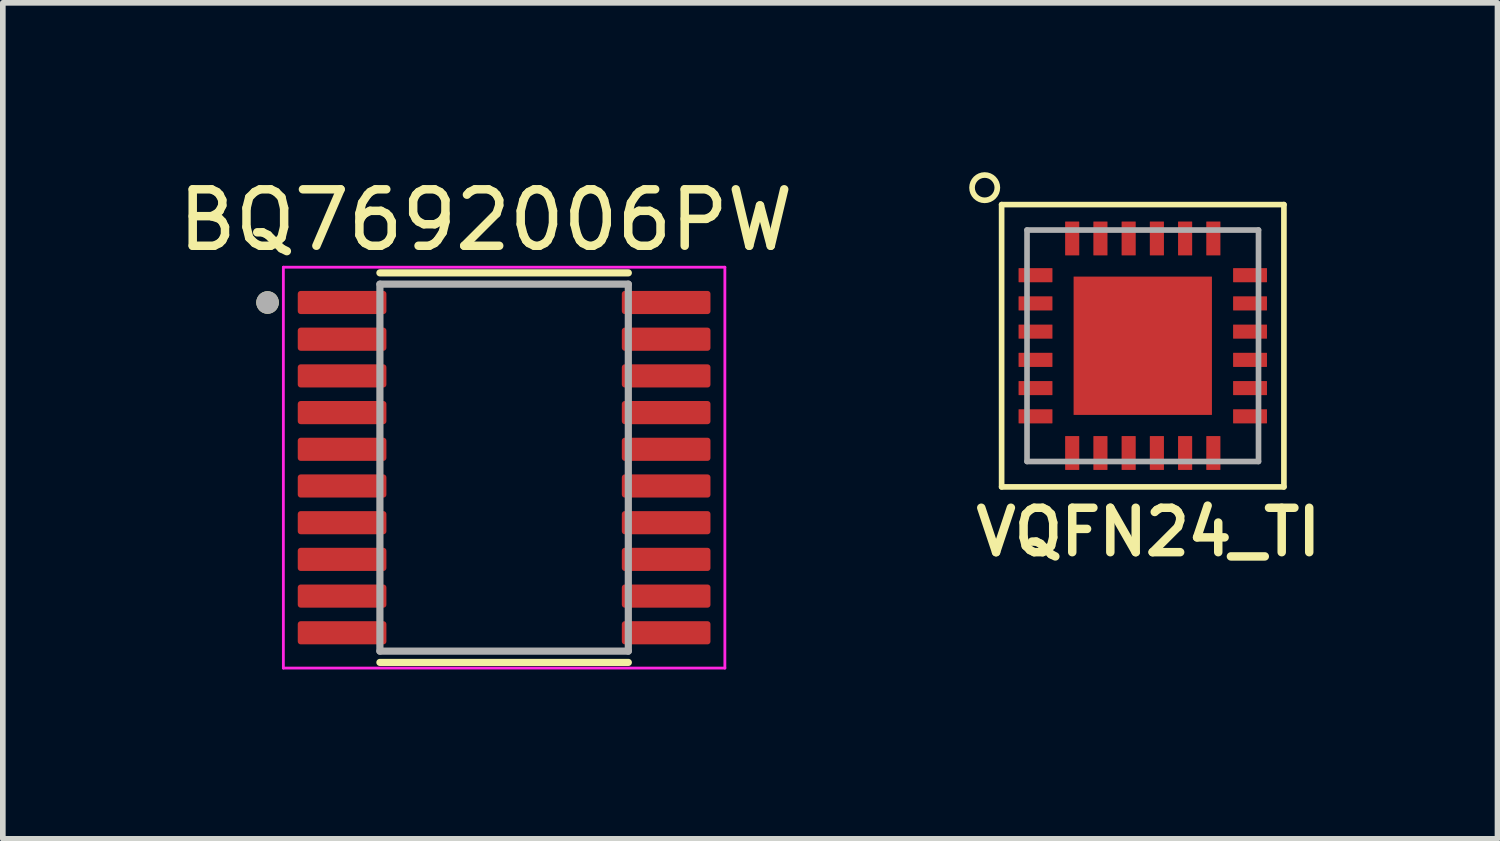
<source format=kicad_pcb>
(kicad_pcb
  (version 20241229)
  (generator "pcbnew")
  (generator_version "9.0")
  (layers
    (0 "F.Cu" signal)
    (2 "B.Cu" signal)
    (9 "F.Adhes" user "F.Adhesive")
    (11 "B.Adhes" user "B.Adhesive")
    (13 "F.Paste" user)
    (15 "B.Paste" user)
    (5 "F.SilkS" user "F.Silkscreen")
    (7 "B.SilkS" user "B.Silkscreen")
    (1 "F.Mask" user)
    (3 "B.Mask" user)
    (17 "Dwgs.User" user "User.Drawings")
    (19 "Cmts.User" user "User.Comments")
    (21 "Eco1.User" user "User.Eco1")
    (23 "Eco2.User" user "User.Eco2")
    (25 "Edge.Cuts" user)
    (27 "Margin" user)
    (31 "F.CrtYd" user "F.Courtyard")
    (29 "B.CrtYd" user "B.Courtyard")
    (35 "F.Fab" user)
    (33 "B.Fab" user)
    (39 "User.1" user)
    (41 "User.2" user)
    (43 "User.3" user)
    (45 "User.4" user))
  (footprint "BQ7692006PW"
    (layer "F.Cu")
    (at 5.879 5.233)
    (property "Reference" "BQ7692006PW" (at -0.325 -4.385 0) (layer "F.SilkS") (effects (font (size 1 1) (thickness 0.15))))
    (attr smd)
    (fp_line (start -2.2 -3.45) (end 2.2 -3.45) (stroke (width 0.127) (type solid)) (layer "F.SilkS"))
    (fp_line (start -2.2 3.45) (end 2.2 3.45) (stroke (width 0.127) (type solid)) (layer "F.SilkS"))
    (fp_circle (center -4.19 -2.925) (end -4.09 -2.925) (stroke (width 0.2) (type solid)) (fill no) (layer "F.SilkS"))
    (fp_line (start -3.91 -3.55) (end -3.91 3.55) (stroke (width 0.05) (type solid)) (layer "F.CrtYd"))
    (fp_line (start -3.91 -3.55) (end 3.91 -3.55) (stroke (width 0.05) (type solid)) (layer "F.CrtYd"))
    (fp_line (start -3.91 3.55) (end 3.91 3.55) (stroke (width 0.05) (type solid)) (layer "F.CrtYd"))
    (fp_line (start 3.91 -3.55) (end 3.91 3.55) (stroke (width 0.05) (type solid)) (layer "F.CrtYd"))
    (fp_line (start -2.2 -3.25) (end -2.2 3.25) (stroke (width 0.127) (type solid)) (layer "F.Fab"))
    (fp_line (start -2.2 -3.25) (end 2.2 -3.25) (stroke (width 0.127) (type solid)) (layer "F.Fab"))
    (fp_line (start -2.2 3.25) (end 2.2 3.25) (stroke (width 0.127) (type solid)) (layer "F.Fab"))
    (fp_line (start 2.2 -3.25) (end 2.2 3.25) (stroke (width 0.127) (type solid)) (layer "F.Fab"))
    (fp_circle (center -4.19 -2.925) (end -4.09 -2.925) (stroke (width 0.2) (type solid)) (fill no) (layer "F.Fab"))
    (pad "1" smd roundrect (at -2.87 -2.925) (size 1.57 0.41) (layers "F.Cu" "F.Mask" "F.Paste") (roundrect_rratio 0.125))
    (pad "2" smd roundrect (at -2.87 -2.275) (size 1.57 0.41) (layers "F.Cu" "F.Mask" "F.Paste") (roundrect_rratio 0.125))
    (pad "3" smd roundrect (at -2.87 -1.625) (size 1.57 0.41) (layers "F.Cu" "F.Mask" "F.Paste") (roundrect_rratio 0.125))
    (pad "4" smd roundrect (at -2.87 -0.975) (size 1.57 0.41) (layers "F.Cu" "F.Mask" "F.Paste") (roundrect_rratio 0.125))
    (pad "5" smd roundrect (at -2.87 -0.325) (size 1.57 0.41) (layers "F.Cu" "F.Mask" "F.Paste") (roundrect_rratio 0.125))
    (pad "6" smd roundrect (at -2.87 0.325) (size 1.57 0.41) (layers "F.Cu" "F.Mask" "F.Paste") (roundrect_rratio 0.125))
    (pad "7" smd roundrect (at -2.87 0.975) (size 1.57 0.41) (layers "F.Cu" "F.Mask" "F.Paste") (roundrect_rratio 0.125))
    (pad "8" smd roundrect (at -2.87 1.625) (size 1.57 0.41) (layers "F.Cu" "F.Mask" "F.Paste") (roundrect_rratio 0.125))
    (pad "9" smd roundrect (at -2.87 2.275) (size 1.57 0.41) (layers "F.Cu" "F.Mask" "F.Paste") (roundrect_rratio 0.125))
    (pad "10" smd roundrect (at -2.87 2.925) (size 1.57 0.41) (layers "F.Cu" "F.Mask" "F.Paste") (roundrect_rratio 0.125))
    (pad "11" smd roundrect (at 2.87 2.925) (size 1.57 0.41) (layers "F.Cu" "F.Mask" "F.Paste") (roundrect_rratio 0.125))
    (pad "12" smd roundrect (at 2.87 2.275) (size 1.57 0.41) (layers "F.Cu" "F.Mask" "F.Paste") (roundrect_rratio 0.125))
    (pad "13" smd roundrect (at 2.87 1.625) (size 1.57 0.41) (layers "F.Cu" "F.Mask" "F.Paste") (roundrect_rratio 0.125))
    (pad "14" smd roundrect (at 2.87 0.975) (size 1.57 0.41) (layers "F.Cu" "F.Mask" "F.Paste") (roundrect_rratio 0.125))
    (pad "15" smd roundrect (at 2.87 0.325) (size 1.57 0.41) (layers "F.Cu" "F.Mask" "F.Paste") (roundrect_rratio 0.125))
    (pad "16" smd roundrect (at 2.87 -0.325) (size 1.57 0.41) (layers "F.Cu" "F.Mask" "F.Paste") (roundrect_rratio 0.125))
    (pad "17" smd roundrect (at 2.87 -0.975) (size 1.57 0.41) (layers "F.Cu" "F.Mask" "F.Paste") (roundrect_rratio 0.125))
    (pad "18" smd roundrect (at 2.87 -1.625) (size 1.57 0.41) (layers "F.Cu" "F.Mask" "F.Paste") (roundrect_rratio 0.125))
    (pad "19" smd roundrect (at 2.87 -2.275) (size 1.57 0.41) (layers "F.Cu" "F.Mask" "F.Paste") (roundrect_rratio 0.125))
    (pad "20" smd roundrect (at 2.87 -2.925) (size 1.57 0.41) (layers "F.Cu" "F.Mask" "F.Paste") (roundrect_rratio 0.125)))
  (footprint "VQFN24_TI"
    (layer "F.Cu")
    (at 17.191 3.074)
    (property "Reference" "VQFN24_TI" (at 0.1 3.3 0) (layer "F.SilkS") (effects (font (size 0.787 0.787) (thickness 0.15))))
    (attr smd)
    (fp_line (start -2.5 -2.5) (end -2.5 2.5) (stroke (width 0.1) (type solid)) (layer "F.SilkS"))
    (fp_line (start -2.5 2.5) (end 2.5 2.5) (stroke (width 0.1) (type solid)) (layer "F.SilkS"))
    (fp_line (start 2.5 -2.5) (end -2.5 -2.5) (stroke (width 0.1) (type solid)) (layer "F.SilkS"))
    (fp_line (start 2.5 2.5) (end 2.5 -2.5) (stroke (width 0.1) (type solid)) (layer "F.SilkS"))
    (fp_circle (center -2.8 -2.8) (end -2.576 -2.8) (stroke (width 0.1) (type solid)) (fill no) (layer "F.SilkS"))
    (fp_line (start -2.05 -2.05) (end 2.05 -2.05) (stroke (width 0.1) (type solid)) (layer "F.Fab"))
    (fp_line (start -2.05 2.05) (end -2.05 -2.05) (stroke (width 0.1) (type solid)) (layer "F.Fab"))
    (fp_line (start 2.05 -2.05) (end 2.05 2.05) (stroke (width 0.1) (type solid)) (layer "F.Fab"))
    (fp_line (start 2.05 2.05) (end -2.05 2.05) (stroke (width 0.1) (type solid)) (layer "F.Fab"))
    (pad "P1" smd roundrect (at -1.9 -1.25) (size 0.6 0.25) (layers "F.Cu" "F.Mask" "F.Paste") (roundrect_rratio 0.025))
    (pad "P2" smd roundrect (at -1.9 -0.75) (size 0.6 0.25) (layers "F.Cu" "F.Mask" "F.Paste") (roundrect_rratio 0.025))
    (pad "P3" smd roundrect (at -1.9 -0.25) (size 0.6 0.25) (layers "F.Cu" "F.Mask" "F.Paste") (roundrect_rratio 0.025))
    (pad "P4" smd roundrect (at -1.9 0.25) (size 0.6 0.25) (layers "F.Cu" "F.Mask" "F.Paste") (roundrect_rratio 0.025))
    (pad "P5" smd roundrect (at -1.9 0.75) (size 0.6 0.25) (layers "F.Cu" "F.Mask" "F.Paste") (roundrect_rratio 0.025))
    (pad "P6" smd roundrect (at -1.9 1.25) (size 0.6 0.25) (layers "F.Cu" "F.Mask" "F.Paste") (roundrect_rratio 0.025))
    (pad "P7" smd roundrect (at -1.25 1.9 90) (size 0.6 0.25) (layers "F.Cu" "F.Mask" "F.Paste") (roundrect_rratio 0.025))
    (pad "P8" smd roundrect (at -0.75 1.9 90) (size 0.6 0.25) (layers "F.Cu" "F.Mask" "F.Paste") (roundrect_rratio 0.025))
    (pad "P9" smd roundrect (at -0.25 1.9 90) (size 0.6 0.25) (layers "F.Cu" "F.Mask" "F.Paste") (roundrect_rratio 0.025))
    (pad "P10" smd roundrect (at 0.25 1.9 90) (size 0.6 0.25) (layers "F.Cu" "F.Mask" "F.Paste") (roundrect_rratio 0.025))
    (pad "P11" smd roundrect (at 0.75 1.9 90) (size 0.6 0.25) (layers "F.Cu" "F.Mask" "F.Paste") (roundrect_rratio 0.025))
    (pad "P12" smd roundrect (at 1.25 1.9 90) (size 0.6 0.25) (layers "F.Cu" "F.Mask" "F.Paste") (roundrect_rratio 0.025))
    (pad "P13" smd roundrect (at 1.9 1.25 180) (size 0.6 0.25) (layers "F.Cu" "F.Mask" "F.Paste") (roundrect_rratio 0.025))
    (pad "P14" smd roundrect (at 1.9 0.75 180) (size 0.6 0.25) (layers "F.Cu" "F.Mask" "F.Paste") (roundrect_rratio 0.025))
    (pad "P15" smd roundrect (at 1.9 0.25 180) (size 0.6 0.25) (layers "F.Cu" "F.Mask" "F.Paste") (roundrect_rratio 0.025))
    (pad "P16" smd roundrect (at 1.9 -0.25 180) (size 0.6 0.25) (layers "F.Cu" "F.Mask" "F.Paste") (roundrect_rratio 0.025))
    (pad "P17" smd roundrect (at 1.9 -0.75 180) (size 0.6 0.25) (layers "F.Cu" "F.Mask" "F.Paste") (roundrect_rratio 0.025))
    (pad "P18" smd roundrect (at 1.9 -1.25 180) (size 0.6 0.25) (layers "F.Cu" "F.Mask" "F.Paste") (roundrect_rratio 0.025))
    (pad "P19" smd roundrect (at 1.25 -1.9 270) (size 0.6 0.25) (layers "F.Cu" "F.Mask" "F.Paste") (roundrect_rratio 0.025))
    (pad "P20" smd roundrect (at 0.75 -1.9 270) (size 0.6 0.25) (layers "F.Cu" "F.Mask" "F.Paste") (roundrect_rratio 0.025))
    (pad "P21" smd roundrect (at 0.25 -1.9 270) (size 0.6 0.25) (layers "F.Cu" "F.Mask" "F.Paste") (roundrect_rratio 0.025))
    (pad "P22" smd roundrect (at -0.25 -1.9 270) (size 0.6 0.25) (layers "F.Cu" "F.Mask" "F.Paste") (roundrect_rratio 0.025))
    (pad "P23" smd roundrect (at -0.75 -1.9 270) (size 0.6 0.25) (layers "F.Cu" "F.Mask" "F.Paste") (roundrect_rratio 0.025))
    (pad "P24" smd roundrect (at -1.25 -1.9 270) (size 0.6 0.25) (layers "F.Cu" "F.Mask" "F.Paste") (roundrect_rratio 0.025))
    (pad "PAD" smd rect (at 0 0) (size 2.45 2.45) (layers "F.Cu" "F.Mask" "F.Paste")))
  (gr_rect
    (start -3 -3)
    (end 23.474 11.808)
    (stroke (width 0.1) (type default))
    (fill no)
    (layer "Edge.Cuts")))
</source>
